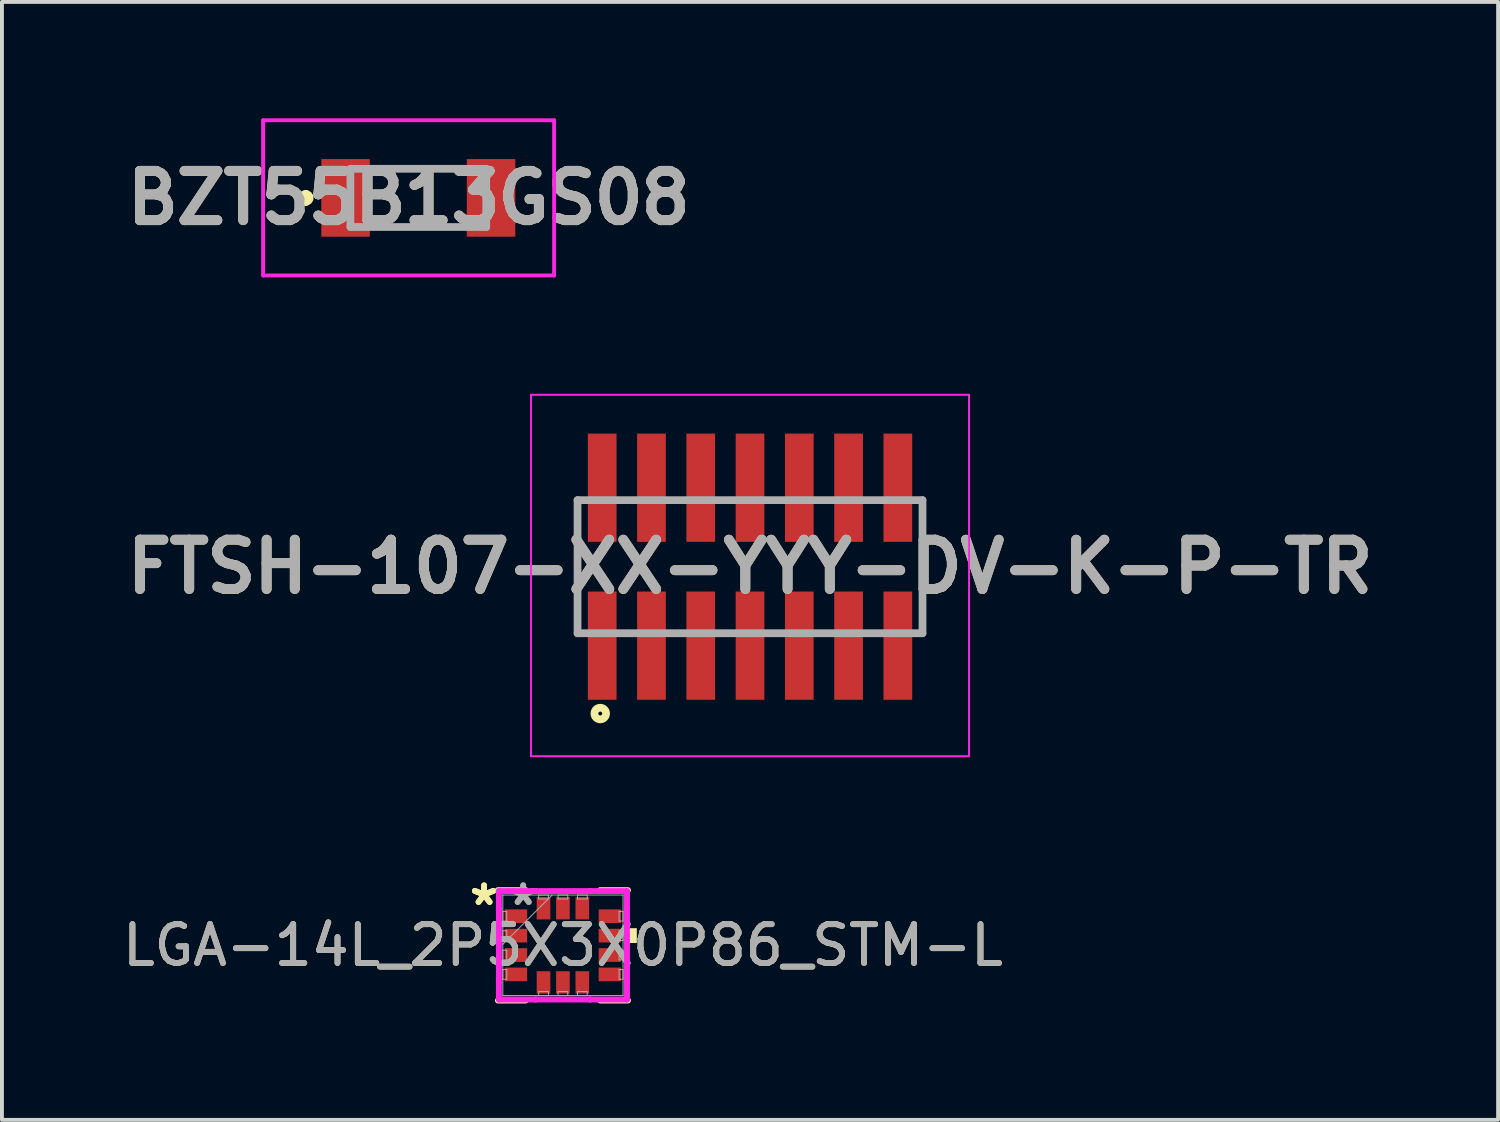
<source format=kicad_pcb>
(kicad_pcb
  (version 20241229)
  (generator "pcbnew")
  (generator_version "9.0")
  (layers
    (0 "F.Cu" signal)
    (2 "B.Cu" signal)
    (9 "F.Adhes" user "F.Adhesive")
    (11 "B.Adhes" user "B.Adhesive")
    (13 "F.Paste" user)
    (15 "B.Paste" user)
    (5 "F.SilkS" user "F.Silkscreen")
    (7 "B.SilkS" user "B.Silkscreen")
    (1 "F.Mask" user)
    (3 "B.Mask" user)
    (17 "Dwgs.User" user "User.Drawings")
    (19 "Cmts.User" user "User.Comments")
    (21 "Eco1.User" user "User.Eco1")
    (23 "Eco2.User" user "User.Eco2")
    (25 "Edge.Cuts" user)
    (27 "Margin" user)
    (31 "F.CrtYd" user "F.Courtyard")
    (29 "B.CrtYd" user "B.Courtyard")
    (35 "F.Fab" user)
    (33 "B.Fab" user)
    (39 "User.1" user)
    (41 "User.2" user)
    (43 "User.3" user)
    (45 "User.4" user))
  (footprint "FTSH-107-XX-YYY-DV-K-P-TR"
    (layer "F.Cu")
    (at 16.28 11.555)
    (property "Reference" "FTSH-107-XX-YYY-DV-K-P-TR" (at 0 0 0) (layer "F.SilkS") (effects (font (size 1.27 1.27) (thickness 0.254))))
    (attr smd)
    (fp_line (start -4.445 1.715) (end -4.445 -1.715) (stroke (width 0.1) (type solid)) (layer "F.SilkS"))
    (fp_line (start 4.445 -1.715) (end 4.445 1.715) (stroke (width 0.1) (type solid)) (layer "F.SilkS"))
    (fp_circle (center -3.86 3.785) (end -3.86 3.835) (stroke (width 0.2) (type solid)) (fill no) (layer "F.SilkS"))
    (fp_line (start -5.645 -4.43) (end 5.645 -4.43) (stroke (width 0.05) (type solid)) (layer "F.CrtYd"))
    (fp_line (start -5.645 4.885) (end -5.645 -4.43) (stroke (width 0.05) (type solid)) (layer "F.CrtYd"))
    (fp_line (start 5.645 -4.43) (end 5.645 4.885) (stroke (width 0.05) (type solid)) (layer "F.CrtYd"))
    (fp_line (start 5.645 4.885) (end -5.645 4.885) (stroke (width 0.05) (type solid)) (layer "F.CrtYd"))
    (fp_line (start -4.445 -1.715) (end 4.445 -1.715) (stroke (width 0.2) (type solid)) (layer "F.Fab"))
    (fp_line (start -4.445 1.715) (end -4.445 -1.715) (stroke (width 0.2) (type solid)) (layer "F.Fab"))
    (fp_line (start 4.445 -1.715) (end 4.445 1.715) (stroke (width 0.2) (type solid)) (layer "F.Fab"))
    (fp_line (start 4.445 1.715) (end -4.445 1.715) (stroke (width 0.2) (type solid)) (layer "F.Fab"))
    (fp_text user "${REFERENCE}" (at 0 0 0) (layer "F.Fab") (effects (font (size 1.27 1.27) (thickness 0.254))))
    (pad "1" smd rect (at -3.81 2.035) (size 0.74 2.79) (layers "F.Cu" "F.Mask" "F.Paste"))
    (pad "2" smd rect (at -3.81 -2.035) (size 0.74 2.79) (layers "F.Cu" "F.Mask" "F.Paste"))
    (pad "3" smd rect (at -2.54 2.035) (size 0.74 2.79) (layers "F.Cu" "F.Mask" "F.Paste"))
    (pad "4" smd rect (at -2.54 -2.035) (size 0.74 2.79) (layers "F.Cu" "F.Mask" "F.Paste"))
    (pad "5" smd rect (at -1.27 2.035) (size 0.74 2.79) (layers "F.Cu" "F.Mask" "F.Paste"))
    (pad "6" smd rect (at -1.27 -2.035) (size 0.74 2.79) (layers "F.Cu" "F.Mask" "F.Paste"))
    (pad "7" smd rect (at 0 2.035) (size 0.74 2.79) (layers "F.Cu" "F.Mask" "F.Paste"))
    (pad "8" smd rect (at 0 -2.035) (size 0.74 2.79) (layers "F.Cu" "F.Mask" "F.Paste"))
    (pad "9" smd rect (at 1.27 2.035) (size 0.74 2.79) (layers "F.Cu" "F.Mask" "F.Paste"))
    (pad "10" smd rect (at 1.27 -2.035) (size 0.74 2.79) (layers "F.Cu" "F.Mask" "F.Paste"))
    (pad "11" smd rect (at 2.54 2.035) (size 0.74 2.79) (layers "F.Cu" "F.Mask" "F.Paste"))
    (pad "12" smd rect (at 2.54 -2.035) (size 0.74 2.79) (layers "F.Cu" "F.Mask" "F.Paste"))
    (pad "13" smd rect (at 3.81 2.035) (size 0.74 2.79) (layers "F.Cu" "F.Mask" "F.Paste"))
    (pad "14" smd rect (at 3.81 -2.035) (size 0.74 2.79) (layers "F.Cu" "F.Mask" "F.Paste")))
  (footprint "LGA-14L_2P5X3X0P86_STM-L"
    (layer "F.Cu")
    (at 11.458 21.313)
    (property "Reference" "LGA-14L_2P5X3X0P86_STM-L" (at 0 0 0) (unlocked yes) (layer "F.SilkS") (effects (font (size 1 1) (thickness 0.15))))
    (attr smd)
    (fp_line (start -1.676 1.422) (end -0.957 1.422) (stroke (width 0.152) (type solid)) (layer "F.SilkS"))
    (fp_line (start -0.957 -1.422) (end -1.676 -1.422) (stroke (width 0.152) (type solid)) (layer "F.SilkS"))
    (fp_line (start 0.957 1.422) (end 1.676 1.422) (stroke (width 0.152) (type solid)) (layer "F.SilkS"))
    (fp_line (start 1.676 -1.422) (end 0.957 -1.422) (stroke (width 0.152) (type solid)) (layer "F.SilkS"))
    (fp_poly (pts (xy 1.905 -0.441) (xy 1.905 -0.059) (xy 1.651 -0.059) (xy 1.651 -0.441)) (stroke (width 0) (type solid)) (fill yes) (layer "F.SilkS"))
    (fp_line (start -1.651 -1.397) (end -0.701 -1.397) (stroke (width 0.152) (type solid)) (layer "F.CrtYd"))
    (fp_line (start -1.651 -0.951) (end -1.651 -1.397) (stroke (width 0.152) (type solid)) (layer "F.CrtYd"))
    (fp_line (start -1.651 -0.951) (end -1.651 -0.951) (stroke (width 0.152) (type solid)) (layer "F.CrtYd"))
    (fp_line (start -1.651 0.951) (end -1.651 -0.951) (stroke (width 0.152) (type solid)) (layer "F.CrtYd"))
    (fp_line (start -1.651 0.951) (end -1.651 0.951) (stroke (width 0.152) (type solid)) (layer "F.CrtYd"))
    (fp_line (start -1.651 1.397) (end -1.651 0.951) (stroke (width 0.152) (type solid)) (layer "F.CrtYd"))
    (fp_line (start -0.701 -1.397) (end -0.701 -1.397) (stroke (width 0.152) (type solid)) (layer "F.CrtYd"))
    (fp_line (start -0.701 -1.397) (end 0.701 -1.397) (stroke (width 0.152) (type solid)) (layer "F.CrtYd"))
    (fp_line (start -0.701 1.397) (end -1.651 1.397) (stroke (width 0.152) (type solid)) (layer "F.CrtYd"))
    (fp_line (start -0.701 1.397) (end -0.701 1.397) (stroke (width 0.152) (type solid)) (layer "F.CrtYd"))
    (fp_line (start 0.701 -1.397) (end 0.701 -1.397) (stroke (width 0.152) (type solid)) (layer "F.CrtYd"))
    (fp_line (start 0.701 -1.397) (end 1.651 -1.397) (stroke (width 0.152) (type solid)) (layer "F.CrtYd"))
    (fp_line (start 0.701 1.397) (end -0.701 1.397) (stroke (width 0.152) (type solid)) (layer "F.CrtYd"))
    (fp_line (start 0.701 1.397) (end 0.701 1.397) (stroke (width 0.152) (type solid)) (layer "F.CrtYd"))
    (fp_line (start 1.651 -1.397) (end 1.651 -0.951) (stroke (width 0.152) (type solid)) (layer "F.CrtYd"))
    (fp_line (start 1.651 -0.951) (end 1.651 -0.951) (stroke (width 0.152) (type solid)) (layer "F.CrtYd"))
    (fp_line (start 1.651 -0.951) (end 1.651 0.951) (stroke (width 0.152) (type solid)) (layer "F.CrtYd"))
    (fp_line (start 1.651 0.951) (end 1.651 0.951) (stroke (width 0.152) (type solid)) (layer "F.CrtYd"))
    (fp_line (start 1.651 0.951) (end 1.651 1.397) (stroke (width 0.152) (type solid)) (layer "F.CrtYd"))
    (fp_line (start 1.651 1.397) (end 0.701 1.397) (stroke (width 0.152) (type solid)) (layer "F.CrtYd"))
    (fp_line (start -1.549 -1.295) (end -1.549 -1.295) (stroke (width 0.025) (type solid)) (layer "F.Fab"))
    (fp_line (start -1.549 -1.295) (end -1.549 1.295) (stroke (width 0.025) (type solid)) (layer "F.Fab"))
    (fp_line (start -1.549 -0.875) (end -1.448 -0.875) (stroke (width 0.025) (type solid)) (layer "F.Fab"))
    (fp_line (start -1.549 -0.625) (end -1.549 -0.875) (stroke (width 0.025) (type solid)) (layer "F.Fab"))
    (fp_line (start -1.549 -0.375) (end -1.448 -0.375) (stroke (width 0.025) (type solid)) (layer "F.Fab"))
    (fp_line (start -1.549 -0.125) (end -1.549 -0.375) (stroke (width 0.025) (type solid)) (layer "F.Fab"))
    (fp_line (start -1.549 -0.025) (end -0.279 -1.295) (stroke (width 0.025) (type solid)) (layer "F.Fab"))
    (fp_line (start -1.549 0.125) (end -1.448 0.125) (stroke (width 0.025) (type solid)) (layer "F.Fab"))
    (fp_line (start -1.549 0.375) (end -1.549 0.125) (stroke (width 0.025) (type solid)) (layer "F.Fab"))
    (fp_line (start -1.549 0.625) (end -1.448 0.625) (stroke (width 0.025) (type solid)) (layer "F.Fab"))
    (fp_line (start -1.549 0.875) (end -1.549 0.625) (stroke (width 0.025) (type solid)) (layer "F.Fab"))
    (fp_line (start -1.549 1.295) (end -1.549 1.295) (stroke (width 0.025) (type solid)) (layer "F.Fab"))
    (fp_line (start -1.549 1.295) (end 1.549 1.295) (stroke (width 0.025) (type solid)) (layer "F.Fab"))
    (fp_line (start -1.448 -0.875) (end -1.448 -0.625) (stroke (width 0.025) (type solid)) (layer "F.Fab"))
    (fp_line (start -1.448 -0.625) (end -1.549 -0.625) (stroke (width 0.025) (type solid)) (layer "F.Fab"))
    (fp_line (start -1.448 -0.375) (end -1.448 -0.125) (stroke (width 0.025) (type solid)) (layer "F.Fab"))
    (fp_line (start -1.448 -0.125) (end -1.549 -0.125) (stroke (width 0.025) (type solid)) (layer "F.Fab"))
    (fp_line (start -1.448 0.125) (end -1.448 0.375) (stroke (width 0.025) (type solid)) (layer "F.Fab"))
    (fp_line (start -1.448 0.375) (end -1.549 0.375) (stroke (width 0.025) (type solid)) (layer "F.Fab"))
    (fp_line (start -1.448 0.625) (end -1.448 0.875) (stroke (width 0.025) (type solid)) (layer "F.Fab"))
    (fp_line (start -1.448 0.875) (end -1.549 0.875) (stroke (width 0.025) (type solid)) (layer "F.Fab"))
    (fp_line (start -0.625 -1.295) (end -0.375 -1.295) (stroke (width 0.025) (type solid)) (layer "F.Fab"))
    (fp_line (start -0.625 -1.194) (end -0.625 -1.295) (stroke (width 0.025) (type solid)) (layer "F.Fab"))
    (fp_line (start -0.625 1.194) (end -0.375 1.194) (stroke (width 0.025) (type solid)) (layer "F.Fab"))
    (fp_line (start -0.625 1.295) (end -0.625 1.194) (stroke (width 0.025) (type solid)) (layer "F.Fab"))
    (fp_line (start -0.375 -1.295) (end -0.375 -1.194) (stroke (width 0.025) (type solid)) (layer "F.Fab"))
    (fp_line (start -0.375 -1.194) (end -0.625 -1.194) (stroke (width 0.025) (type solid)) (layer "F.Fab"))
    (fp_line (start -0.375 1.194) (end -0.375 1.295) (stroke (width 0.025) (type solid)) (layer "F.Fab"))
    (fp_line (start -0.375 1.295) (end -0.625 1.295) (stroke (width 0.025) (type solid)) (layer "F.Fab"))
    (fp_line (start -0.125 -1.295) (end 0.125 -1.295) (stroke (width 0.025) (type solid)) (layer "F.Fab"))
    (fp_line (start -0.125 -1.194) (end -0.125 -1.295) (stroke (width 0.025) (type solid)) (layer "F.Fab"))
    (fp_line (start -0.125 1.194) (end 0.125 1.194) (stroke (width 0.025) (type solid)) (layer "F.Fab"))
    (fp_line (start -0.125 1.295) (end -0.125 1.194) (stroke (width 0.025) (type solid)) (layer "F.Fab"))
    (fp_line (start 0.125 -1.295) (end 0.125 -1.194) (stroke (width 0.025) (type solid)) (layer "F.Fab"))
    (fp_line (start 0.125 -1.194) (end -0.125 -1.194) (stroke (width 0.025) (type solid)) (layer "F.Fab"))
    (fp_line (start 0.125 1.194) (end 0.125 1.295) (stroke (width 0.025) (type solid)) (layer "F.Fab"))
    (fp_line (start 0.125 1.295) (end -0.125 1.295) (stroke (width 0.025) (type solid)) (layer "F.Fab"))
    (fp_line (start 0.375 -1.295) (end 0.625 -1.295) (stroke (width 0.025) (type solid)) (layer "F.Fab"))
    (fp_line (start 0.375 -1.194) (end 0.375 -1.295) (stroke (width 0.025) (type solid)) (layer "F.Fab"))
    (fp_line (start 0.375 1.194) (end 0.625 1.194) (stroke (width 0.025) (type solid)) (layer "F.Fab"))
    (fp_line (start 0.375 1.295) (end 0.375 1.194) (stroke (width 0.025) (type solid)) (layer "F.Fab"))
    (fp_line (start 0.625 -1.295) (end 0.625 -1.194) (stroke (width 0.025) (type solid)) (layer "F.Fab"))
    (fp_line (start 0.625 -1.194) (end 0.375 -1.194) (stroke (width 0.025) (type solid)) (layer "F.Fab"))
    (fp_line (start 0.625 1.194) (end 0.625 1.295) (stroke (width 0.025) (type solid)) (layer "F.Fab"))
    (fp_line (start 0.625 1.295) (end 0.375 1.295) (stroke (width 0.025) (type solid)) (layer "F.Fab"))
    (fp_line (start 1.448 -0.875) (end 1.549 -0.875) (stroke (width 0.025) (type solid)) (layer "F.Fab"))
    (fp_line (start 1.448 -0.625) (end 1.448 -0.875) (stroke (width 0.025) (type solid)) (layer "F.Fab"))
    (fp_line (start 1.448 -0.375) (end 1.549 -0.375) (stroke (width 0.025) (type solid)) (layer "F.Fab"))
    (fp_line (start 1.448 -0.125) (end 1.448 -0.375) (stroke (width 0.025) (type solid)) (layer "F.Fab"))
    (fp_line (start 1.448 0.125) (end 1.549 0.125) (stroke (width 0.025) (type solid)) (layer "F.Fab"))
    (fp_line (start 1.448 0.375) (end 1.448 0.125) (stroke (width 0.025) (type solid)) (layer "F.Fab"))
    (fp_line (start 1.448 0.625) (end 1.549 0.625) (stroke (width 0.025) (type solid)) (layer "F.Fab"))
    (fp_line (start 1.448 0.875) (end 1.448 0.625) (stroke (width 0.025) (type solid)) (layer "F.Fab"))
    (fp_line (start 1.549 -1.295) (end -1.549 -1.295) (stroke (width 0.025) (type solid)) (layer "F.Fab"))
    (fp_line (start 1.549 -1.295) (end 1.549 -1.295) (stroke (width 0.025) (type solid)) (layer "F.Fab"))
    (fp_line (start 1.549 -0.875) (end 1.549 -0.625) (stroke (width 0.025) (type solid)) (layer "F.Fab"))
    (fp_line (start 1.549 -0.625) (end 1.448 -0.625) (stroke (width 0.025) (type solid)) (layer "F.Fab"))
    (fp_line (start 1.549 -0.375) (end 1.549 -0.125) (stroke (width 0.025) (type solid)) (layer "F.Fab"))
    (fp_line (start 1.549 -0.125) (end 1.448 -0.125) (stroke (width 0.025) (type solid)) (layer "F.Fab"))
    (fp_line (start 1.549 0.125) (end 1.549 0.375) (stroke (width 0.025) (type solid)) (layer "F.Fab"))
    (fp_line (start 1.549 0.375) (end 1.448 0.375) (stroke (width 0.025) (type solid)) (layer "F.Fab"))
    (fp_line (start 1.549 0.625) (end 1.549 0.875) (stroke (width 0.025) (type solid)) (layer "F.Fab"))
    (fp_line (start 1.549 0.875) (end 1.448 0.875) (stroke (width 0.025) (type solid)) (layer "F.Fab"))
    (fp_line (start 1.549 1.295) (end 1.549 -1.295) (stroke (width 0.025) (type solid)) (layer "F.Fab"))
    (fp_line (start 1.549 1.295) (end 1.549 1.295) (stroke (width 0.025) (type solid)) (layer "F.Fab"))
    (fp_text user "*" (at -2.032 -1 0) (layer "F.SilkS") (effects (font (size 1 1) (thickness 0.15))))
    (fp_text user "*" (at -2.032 -1 0) (unlocked yes) (layer "F.SilkS") (effects (font (size 1 1) (thickness 0.15))))
    (fp_text user "${REFERENCE}" (at 0 0 0) (unlocked yes) (layer "F.Fab") (effects (font (size 1 1) (thickness 0.15))))
    (fp_text user "*" (at -1.024 -1 0) (unlocked yes) (layer "F.Fab") (effects (font (size 1 1) (thickness 0.15))))
    (fp_text user "*" (at -1.024 -1 0) (layer "F.Fab") (effects (font (size 1 1) (thickness 0.15))))
    (pad "1" smd rect (at -1.21 -0.75 90) (size 0.352 0.577) (layers "F.Cu" "F.Mask" "F.Paste"))
    (pad "2" smd rect (at -1.21 -0.25 90) (size 0.352 0.577) (layers "F.Cu" "F.Mask" "F.Paste"))
    (pad "3" smd rect (at -1.21 0.25 90) (size 0.352 0.577) (layers "F.Cu" "F.Mask" "F.Paste"))
    (pad "4" smd rect (at -1.21 0.75 90) (size 0.352 0.577) (layers "F.Cu" "F.Mask" "F.Paste"))
    (pad "5" smd rect (at -0.5 0.956) (size 0.352 0.577) (layers "F.Cu" "F.Mask" "F.Paste"))
    (pad "6" smd rect (at 0 0.956) (size 0.352 0.577) (layers "F.Cu" "F.Mask" "F.Paste"))
    (pad "7" smd rect (at 0.5 0.956) (size 0.352 0.577) (layers "F.Cu" "F.Mask" "F.Paste"))
    (pad "8" smd rect (at 1.21 0.75 90) (size 0.352 0.577) (layers "F.Cu" "F.Mask" "F.Paste"))
    (pad "9" smd rect (at 1.21 0.25 90) (size 0.352 0.577) (layers "F.Cu" "F.Mask" "F.Paste"))
    (pad "10" smd rect (at 1.21 -0.25 90) (size 0.352 0.577) (layers "F.Cu" "F.Mask" "F.Paste"))
    (pad "11" smd rect (at 1.21 -0.75 90) (size 0.352 0.577) (layers "F.Cu" "F.Mask" "F.Paste"))
    (pad "12" smd rect (at 0.5 -0.956) (size 0.352 0.577) (layers "F.Cu" "F.Mask" "F.Paste"))
    (pad "13" smd rect (at 0 -0.956) (size 0.352 0.577) (layers "F.Cu" "F.Mask" "F.Paste"))
    (pad "14" smd rect (at -0.5 -0.956) (size 0.352 0.577) (layers "F.Cu" "F.Mask" "F.Paste")))
  (footprint "BZT55B13GS08"
    (layer "F.Cu")
    (at 7.731 2.05)
    (property "Reference" "BZT55B13GS08" (at -0.25 0 0) (layer "F.SilkS") (effects (font (size 1.27 1.27) (thickness 0.254))))
    (attr smd)
    (fp_line (start -2.9 -0.1) (end -2.9 -0.1) (stroke (width 0.2) (type solid)) (layer "F.SilkS"))
    (fp_line (start -2.9 0.1) (end -2.9 0.1) (stroke (width 0.2) (type solid)) (layer "F.SilkS"))
    (fp_line (start -1 -0.75) (end 1 -0.75) (stroke (width 0.1) (type solid)) (layer "F.SilkS"))
    (fp_line (start -1 0.75) (end 1 0.75) (stroke (width 0.1) (type solid)) (layer "F.SilkS"))
    (fp_arc (start -2.9 -0.1) (mid -2.8 0) (end -2.9 0.1) (stroke (width 0.2) (type solid)) (layer "F.SilkS"))
    (fp_arc (start -2.9 0.1) (mid -3 0) (end -2.9 -0.1) (stroke (width 0.2) (type solid)) (layer "F.SilkS"))
    (fp_line (start -4 -2) (end 3.5 -2) (stroke (width 0.1) (type solid)) (layer "F.CrtYd"))
    (fp_line (start -4 2) (end -4 -2) (stroke (width 0.1) (type solid)) (layer "F.CrtYd"))
    (fp_line (start 3.5 -2) (end 3.5 2) (stroke (width 0.1) (type solid)) (layer "F.CrtYd"))
    (fp_line (start 3.5 2) (end -4 2) (stroke (width 0.1) (type solid)) (layer "F.CrtYd"))
    (fp_line (start -1.75 -0.75) (end 1.75 -0.75) (stroke (width 0.2) (type solid)) (layer "F.Fab"))
    (fp_line (start -1.75 0.75) (end -1.75 -0.75) (stroke (width 0.2) (type solid)) (layer "F.Fab"))
    (fp_line (start 1.75 -0.75) (end 1.75 0.75) (stroke (width 0.2) (type solid)) (layer "F.Fab"))
    (fp_line (start 1.75 0.75) (end -1.75 0.75) (stroke (width 0.2) (type solid)) (layer "F.Fab"))
    (fp_text user "${REFERENCE}" (at -0.25 0 0) (layer "F.Fab") (effects (font (size 1.27 1.27) (thickness 0.254))))
    (pad "1" smd rect (at -1.875 0) (size 1.25 2) (layers "F.Cu" "F.Mask" "F.Paste"))
    (pad "2" smd rect (at 1.875 0) (size 1.25 2) (layers "F.Cu" "F.Mask" "F.Paste")))
  (gr_rect
    (start -3 -3)
    (end 35.56 25.812)
    (stroke (width 0.1) (type default))
    (fill no)
    (layer "Edge.Cuts")))
</source>
